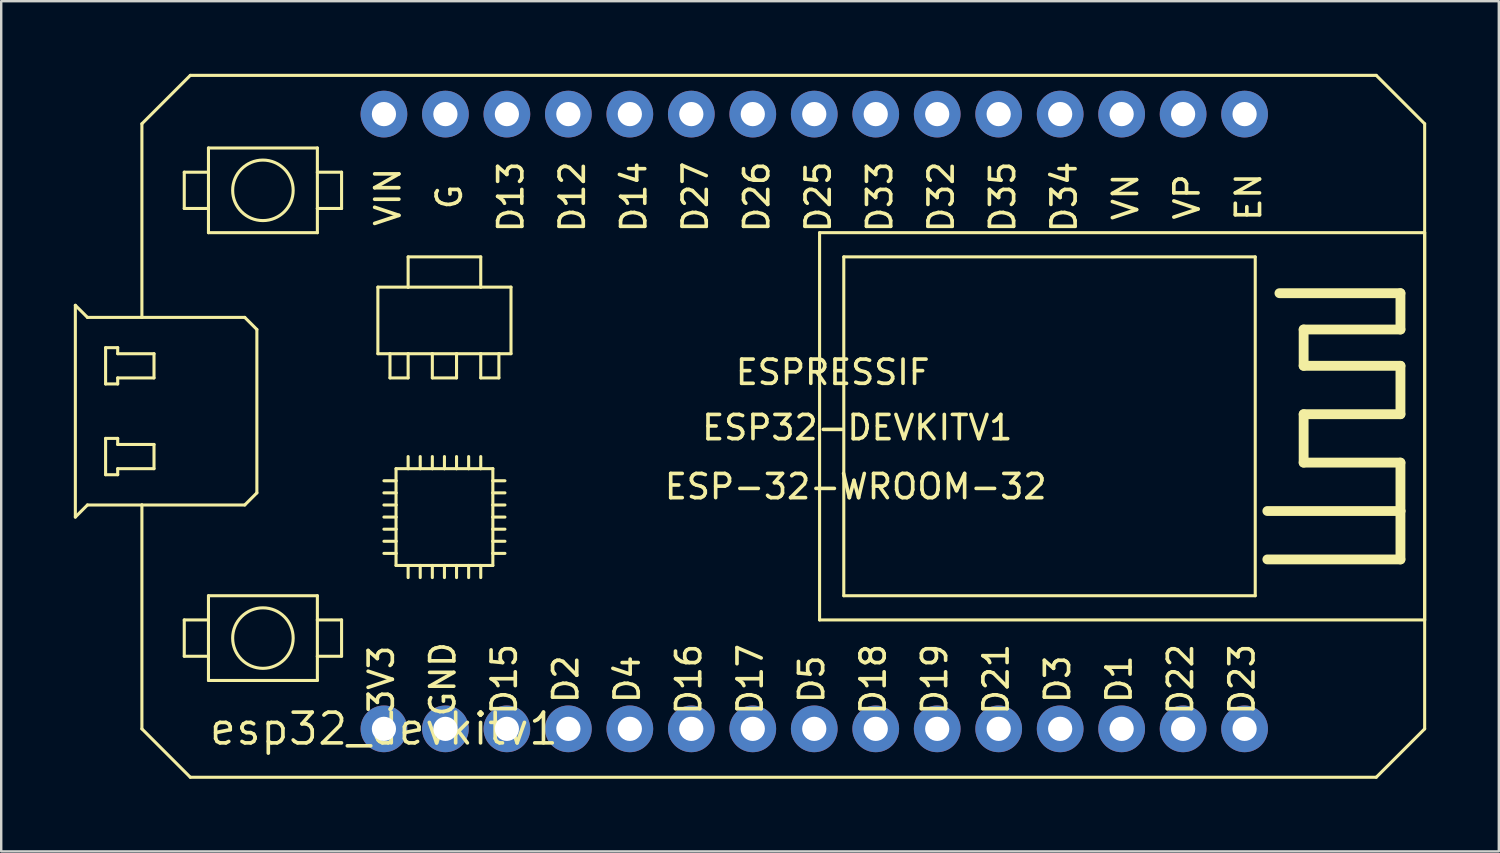
<source format=kicad_pcb>
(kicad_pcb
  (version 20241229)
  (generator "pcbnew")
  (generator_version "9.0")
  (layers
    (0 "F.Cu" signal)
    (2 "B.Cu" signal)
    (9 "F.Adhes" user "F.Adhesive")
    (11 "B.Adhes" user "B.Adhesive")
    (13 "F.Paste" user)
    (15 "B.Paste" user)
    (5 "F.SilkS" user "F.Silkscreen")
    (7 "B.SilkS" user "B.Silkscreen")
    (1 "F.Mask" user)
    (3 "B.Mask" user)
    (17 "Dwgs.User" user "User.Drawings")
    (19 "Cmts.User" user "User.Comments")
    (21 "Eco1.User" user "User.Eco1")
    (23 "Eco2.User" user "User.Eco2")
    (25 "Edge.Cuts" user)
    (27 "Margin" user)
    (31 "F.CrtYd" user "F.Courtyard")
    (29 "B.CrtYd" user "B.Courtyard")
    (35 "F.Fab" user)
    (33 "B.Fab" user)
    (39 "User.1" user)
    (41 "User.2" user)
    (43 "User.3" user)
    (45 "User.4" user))
  (footprint "esp32_devkitv1"
    (layer "F.Cu")
    (at 12.813 27.064)
    (property "Reference" "esp32_devkitv1" (at 0 0 0) (layer "F.SilkS") (effects (font (size 1.27 1.27) (thickness 0.15))))
    (attr through_hole)
    (fp_line (start -12.75 -17.5) (end -12.75 -8.75) (stroke (width 0.127) (type solid)) (layer "F.SilkS"))
    (fp_line (start -12.75 -17.5) (end -12.25 -17) (stroke (width 0.127) (type solid)) (layer "F.SilkS"))
    (fp_line (start -12.75 -8.75) (end -12.25 -9.25) (stroke (width 0.127) (type solid)) (layer "F.SilkS"))
    (fp_line (start -12.25 -17) (end -10 -17) (stroke (width 0.127) (type solid)) (layer "F.SilkS"))
    (fp_line (start -12.25 -9.25) (end -10 -9.25) (stroke (width 0.127) (type solid)) (layer "F.SilkS"))
    (fp_line (start -11.5 -15.75) (end -11 -15.75) (stroke (width 0.127) (type solid)) (layer "F.SilkS"))
    (fp_line (start -11.5 -14.25) (end -11.5 -15.75) (stroke (width 0.127) (type solid)) (layer "F.SilkS"))
    (fp_line (start -11.5 -12) (end -11 -12) (stroke (width 0.127) (type solid)) (layer "F.SilkS"))
    (fp_line (start -11.5 -10.5) (end -11.5 -12) (stroke (width 0.127) (type solid)) (layer "F.SilkS"))
    (fp_line (start -11.5 -10.5) (end -11 -10.5) (stroke (width 0.127) (type solid)) (layer "F.SilkS"))
    (fp_line (start -11 -15.75) (end -11 -15.5) (stroke (width 0.127) (type solid)) (layer "F.SilkS"))
    (fp_line (start -11 -15.5) (end -9.5 -15.5) (stroke (width 0.127) (type solid)) (layer "F.SilkS"))
    (fp_line (start -11 -14.5) (end -9.5 -14.5) (stroke (width 0.127) (type solid)) (layer "F.SilkS"))
    (fp_line (start -11 -14.25) (end -11.5 -14.25) (stroke (width 0.127) (type solid)) (layer "F.SilkS"))
    (fp_line (start -11 -14.25) (end -11 -14.5) (stroke (width 0.127) (type solid)) (layer "F.SilkS"))
    (fp_line (start -11 -12) (end -11 -11.75) (stroke (width 0.127) (type solid)) (layer "F.SilkS"))
    (fp_line (start -11 -11.75) (end -9.5 -11.75) (stroke (width 0.127) (type solid)) (layer "F.SilkS"))
    (fp_line (start -11 -10.75) (end -9.5 -10.75) (stroke (width 0.127) (type solid)) (layer "F.SilkS"))
    (fp_line (start -11 -10.5) (end -11 -10.75) (stroke (width 0.127) (type solid)) (layer "F.SilkS"))
    (fp_line (start -10 -25) (end -8 -27) (stroke (width 0.127) (type solid)) (layer "F.SilkS"))
    (fp_line (start -10 -17) (end -10 -25) (stroke (width 0.127) (type solid)) (layer "F.SilkS"))
    (fp_line (start -10 -9.25) (end -5.75 -9.25) (stroke (width 0.127) (type solid)) (layer "F.SilkS"))
    (fp_line (start -10 0) (end -10 -9.25) (stroke (width 0.127) (type solid)) (layer "F.SilkS"))
    (fp_line (start -9.5 -15.5) (end -9.5 -14.5) (stroke (width 0.127) (type solid)) (layer "F.SilkS"))
    (fp_line (start -9.5 -11.75) (end -9.5 -10.75) (stroke (width 0.127) (type solid)) (layer "F.SilkS"))
    (fp_line (start -8.25 -23) (end -8.25 -21.5) (stroke (width 0.127) (type solid)) (layer "F.SilkS"))
    (fp_line (start -8.25 -21.5) (end -7.25 -21.5) (stroke (width 0.127) (type solid)) (layer "F.SilkS"))
    (fp_line (start -8.25 -4.5) (end -8.25 -3) (stroke (width 0.127) (type solid)) (layer "F.SilkS"))
    (fp_line (start -8.25 -3) (end -7.25 -3) (stroke (width 0.127) (type solid)) (layer "F.SilkS"))
    (fp_line (start -8 2) (end -10 0) (stroke (width 0.127) (type solid)) (layer "F.SilkS"))
    (fp_line (start -8 2) (end 41 2) (stroke (width 0.127) (type solid)) (layer "F.SilkS"))
    (fp_line (start -7.25 -24) (end -7.25 -23) (stroke (width 0.127) (type solid)) (layer "F.SilkS"))
    (fp_line (start -7.25 -23) (end -8.25 -23) (stroke (width 0.127) (type solid)) (layer "F.SilkS"))
    (fp_line (start -7.25 -23) (end -7.25 -21.5) (stroke (width 0.127) (type solid)) (layer "F.SilkS"))
    (fp_line (start -7.25 -21.5) (end -7.25 -20.5) (stroke (width 0.127) (type solid)) (layer "F.SilkS"))
    (fp_line (start -7.25 -20.5) (end -2.75 -20.5) (stroke (width 0.127) (type solid)) (layer "F.SilkS"))
    (fp_line (start -7.25 -5.5) (end -7.25 -4.5) (stroke (width 0.127) (type solid)) (layer "F.SilkS"))
    (fp_line (start -7.25 -4.5) (end -8.25 -4.5) (stroke (width 0.127) (type solid)) (layer "F.SilkS"))
    (fp_line (start -7.25 -4.5) (end -7.25 -3) (stroke (width 0.127) (type solid)) (layer "F.SilkS"))
    (fp_line (start -7.25 -3) (end -7.25 -2) (stroke (width 0.127) (type solid)) (layer "F.SilkS"))
    (fp_line (start -7.25 -2) (end -2.75 -2) (stroke (width 0.127) (type solid)) (layer "F.SilkS"))
    (fp_line (start -5.75 -17) (end -10 -17) (stroke (width 0.127) (type solid)) (layer "F.SilkS"))
    (fp_line (start -5.75 -17) (end -5.25 -16.5) (stroke (width 0.127) (type solid)) (layer "F.SilkS"))
    (fp_line (start -5.25 -16.5) (end -5.25 -9.75) (stroke (width 0.127) (type solid)) (layer "F.SilkS"))
    (fp_line (start -5.25 -9.75) (end -5.75 -9.25) (stroke (width 0.127) (type solid)) (layer "F.SilkS"))
    (fp_line (start -2.75 -24) (end -7.25 -24) (stroke (width 0.127) (type solid)) (layer "F.SilkS"))
    (fp_line (start -2.75 -23) (end -2.75 -24) (stroke (width 0.127) (type solid)) (layer "F.SilkS"))
    (fp_line (start -2.75 -23) (end -1.75 -23) (stroke (width 0.127) (type solid)) (layer "F.SilkS"))
    (fp_line (start -2.75 -21.5) (end -2.75 -23) (stroke (width 0.127) (type solid)) (layer "F.SilkS"))
    (fp_line (start -2.75 -20.5) (end -2.75 -21.5) (stroke (width 0.127) (type solid)) (layer "F.SilkS"))
    (fp_line (start -2.75 -5.5) (end -7.25 -5.5) (stroke (width 0.127) (type solid)) (layer "F.SilkS"))
    (fp_line (start -2.75 -4.5) (end -2.75 -5.5) (stroke (width 0.127) (type solid)) (layer "F.SilkS"))
    (fp_line (start -2.75 -4.5) (end -1.75 -4.5) (stroke (width 0.127) (type solid)) (layer "F.SilkS"))
    (fp_line (start -2.75 -3) (end -2.75 -4.5) (stroke (width 0.127) (type solid)) (layer "F.SilkS"))
    (fp_line (start -2.75 -2) (end -2.75 -3) (stroke (width 0.127) (type solid)) (layer "F.SilkS"))
    (fp_line (start -1.75 -23) (end -1.75 -21.5) (stroke (width 0.127) (type solid)) (layer "F.SilkS"))
    (fp_line (start -1.75 -21.5) (end -2.75 -21.5) (stroke (width 0.127) (type solid)) (layer "F.SilkS"))
    (fp_line (start -1.75 -4.5) (end -1.75 -3) (stroke (width 0.127) (type solid)) (layer "F.SilkS"))
    (fp_line (start -1.75 -3) (end -2.75 -3) (stroke (width 0.127) (type solid)) (layer "F.SilkS"))
    (fp_line (start -0.25 -18.25) (end -0.25 -15.5) (stroke (width 0.127) (type solid)) (layer "F.SilkS"))
    (fp_line (start -0.25 -15.5) (end 0.25 -15.5) (stroke (width 0.127) (type solid)) (layer "F.SilkS"))
    (fp_line (start 0 -10.25) (end 0.5 -10.25) (stroke (width 0.127) (type solid)) (layer "F.SilkS"))
    (fp_line (start 0 -9.75) (end 0.5 -9.75) (stroke (width 0.127) (type solid)) (layer "F.SilkS"))
    (fp_line (start 0 -9.25) (end 0.5 -9.25) (stroke (width 0.127) (type solid)) (layer "F.SilkS"))
    (fp_line (start 0 -8.75) (end 0.5 -8.75) (stroke (width 0.127) (type solid)) (layer "F.SilkS"))
    (fp_line (start 0 -8.25) (end 0.5 -8.25) (stroke (width 0.127) (type solid)) (layer "F.SilkS"))
    (fp_line (start 0 -7.75) (end 0.5 -7.75) (stroke (width 0.127) (type solid)) (layer "F.SilkS"))
    (fp_line (start 0.25 -15.5) (end 0.25 -14.5) (stroke (width 0.127) (type solid)) (layer "F.SilkS"))
    (fp_line (start 0.25 -15.5) (end 1 -15.5) (stroke (width 0.127) (type solid)) (layer "F.SilkS"))
    (fp_line (start 0.25 -14.5) (end 1 -14.5) (stroke (width 0.127) (type solid)) (layer "F.SilkS"))
    (fp_line (start 0.5 -10.75) (end 1 -10.75) (stroke (width 0.127) (type solid)) (layer "F.SilkS"))
    (fp_line (start 0.5 -10.25) (end 0.5 -10.75) (stroke (width 0.127) (type solid)) (layer "F.SilkS"))
    (fp_line (start 0.5 -9.75) (end 0.5 -10.25) (stroke (width 0.127) (type solid)) (layer "F.SilkS"))
    (fp_line (start 0.5 -9.25) (end 0.5 -9.75) (stroke (width 0.127) (type solid)) (layer "F.SilkS"))
    (fp_line (start 0.5 -8.75) (end 0.5 -9.25) (stroke (width 0.127) (type solid)) (layer "F.SilkS"))
    (fp_line (start 0.5 -8.25) (end 0.5 -8.75) (stroke (width 0.127) (type solid)) (layer "F.SilkS"))
    (fp_line (start 0.5 -7.75) (end 0.5 -8.25) (stroke (width 0.127) (type solid)) (layer "F.SilkS"))
    (fp_line (start 0.5 -7.25) (end 0 -7.25) (stroke (width 0.127) (type solid)) (layer "F.SilkS"))
    (fp_line (start 0.5 -7.25) (end 0.5 -7.75) (stroke (width 0.127) (type solid)) (layer "F.SilkS"))
    (fp_line (start 0.5 -6.75) (end 0.5 -7.25) (stroke (width 0.127) (type solid)) (layer "F.SilkS"))
    (fp_line (start 1 -19.5) (end 1 -18.25) (stroke (width 0.127) (type solid)) (layer "F.SilkS"))
    (fp_line (start 1 -19.5) (end 4 -19.5) (stroke (width 0.127) (type solid)) (layer "F.SilkS"))
    (fp_line (start 1 -18.25) (end -0.25 -18.25) (stroke (width 0.127) (type solid)) (layer "F.SilkS"))
    (fp_line (start 1 -15.5) (end 2 -15.5) (stroke (width 0.127) (type solid)) (layer "F.SilkS"))
    (fp_line (start 1 -14.5) (end 1 -15.5) (stroke (width 0.127) (type solid)) (layer "F.SilkS"))
    (fp_line (start 1 -10.75) (end 1 -11.25) (stroke (width 0.127) (type solid)) (layer "F.SilkS"))
    (fp_line (start 1 -10.75) (end 1.5 -10.75) (stroke (width 0.127) (type solid)) (layer "F.SilkS"))
    (fp_line (start 1 -6.75) (end 0.5 -6.75) (stroke (width 0.127) (type solid)) (layer "F.SilkS"))
    (fp_line (start 1 -6.25) (end 1 -6.75) (stroke (width 0.127) (type solid)) (layer "F.SilkS"))
    (fp_line (start 1.5 -11.25) (end 1.5 -10.75) (stroke (width 0.127) (type solid)) (layer "F.SilkS"))
    (fp_line (start 1.5 -10.75) (end 2 -10.75) (stroke (width 0.127) (type solid)) (layer "F.SilkS"))
    (fp_line (start 1.5 -6.75) (end 1 -6.75) (stroke (width 0.127) (type solid)) (layer "F.SilkS"))
    (fp_line (start 1.5 -6.25) (end 1.5 -6.75) (stroke (width 0.127) (type solid)) (layer "F.SilkS"))
    (fp_line (start 2 -15.5) (end 2 -14.5) (stroke (width 0.127) (type solid)) (layer "F.SilkS"))
    (fp_line (start 2 -14.5) (end 3 -14.5) (stroke (width 0.127) (type solid)) (layer "F.SilkS"))
    (fp_line (start 2 -11.25) (end 2 -10.75) (stroke (width 0.127) (type solid)) (layer "F.SilkS"))
    (fp_line (start 2 -10.75) (end 2.5 -10.75) (stroke (width 0.127) (type solid)) (layer "F.SilkS"))
    (fp_line (start 2 -6.75) (end 1.5 -6.75) (stroke (width 0.127) (type solid)) (layer "F.SilkS"))
    (fp_line (start 2 -6.25) (end 2 -6.75) (stroke (width 0.127) (type solid)) (layer "F.SilkS"))
    (fp_line (start 2.5 -11.25) (end 2.5 -10.75) (stroke (width 0.127) (type solid)) (layer "F.SilkS"))
    (fp_line (start 2.5 -10.75) (end 3 -10.75) (stroke (width 0.127) (type solid)) (layer "F.SilkS"))
    (fp_line (start 2.5 -6.75) (end 2 -6.75) (stroke (width 0.127) (type solid)) (layer "F.SilkS"))
    (fp_line (start 2.5 -6.25) (end 2.5 -6.75) (stroke (width 0.127) (type solid)) (layer "F.SilkS"))
    (fp_line (start 3 -15.5) (end 2 -15.5) (stroke (width 0.127) (type solid)) (layer "F.SilkS"))
    (fp_line (start 3 -14.5) (end 3 -15.5) (stroke (width 0.127) (type solid)) (layer "F.SilkS"))
    (fp_line (start 3 -11.25) (end 3 -10.75) (stroke (width 0.127) (type solid)) (layer "F.SilkS"))
    (fp_line (start 3 -10.75) (end 3.5 -10.75) (stroke (width 0.127) (type solid)) (layer "F.SilkS"))
    (fp_line (start 3 -6.75) (end 2.5 -6.75) (stroke (width 0.127) (type solid)) (layer "F.SilkS"))
    (fp_line (start 3 -6.25) (end 3 -6.75) (stroke (width 0.127) (type solid)) (layer "F.SilkS"))
    (fp_line (start 3.5 -11.25) (end 3.5 -10.75) (stroke (width 0.127) (type solid)) (layer "F.SilkS"))
    (fp_line (start 3.5 -10.75) (end 4 -10.75) (stroke (width 0.127) (type solid)) (layer "F.SilkS"))
    (fp_line (start 3.5 -6.75) (end 3 -6.75) (stroke (width 0.127) (type solid)) (layer "F.SilkS"))
    (fp_line (start 3.5 -6.25) (end 3.5 -6.75) (stroke (width 0.127) (type solid)) (layer "F.SilkS"))
    (fp_line (start 4 -19.5) (end 4 -18.25) (stroke (width 0.127) (type solid)) (layer "F.SilkS"))
    (fp_line (start 4 -18.25) (end 1 -18.25) (stroke (width 0.127) (type solid)) (layer "F.SilkS"))
    (fp_line (start 4 -15.5) (end 3 -15.5) (stroke (width 0.127) (type solid)) (layer "F.SilkS"))
    (fp_line (start 4 -15.5) (end 4.75 -15.5) (stroke (width 0.127) (type solid)) (layer "F.SilkS"))
    (fp_line (start 4 -14.5) (end 4 -15.5) (stroke (width 0.127) (type solid)) (layer "F.SilkS"))
    (fp_line (start 4 -11.25) (end 4 -10.75) (stroke (width 0.127) (type solid)) (layer "F.SilkS"))
    (fp_line (start 4 -10.75) (end 4.5 -10.75) (stroke (width 0.127) (type solid)) (layer "F.SilkS"))
    (fp_line (start 4 -6.75) (end 3.5 -6.75) (stroke (width 0.127) (type solid)) (layer "F.SilkS"))
    (fp_line (start 4 -6.75) (end 4 -6.25) (stroke (width 0.127) (type solid)) (layer "F.SilkS"))
    (fp_line (start 4.5 -10.75) (end 4.5 -10.25) (stroke (width 0.127) (type solid)) (layer "F.SilkS"))
    (fp_line (start 4.5 -10.25) (end 4.5 -9.75) (stroke (width 0.127) (type solid)) (layer "F.SilkS"))
    (fp_line (start 4.5 -10.25) (end 5 -10.25) (stroke (width 0.127) (type solid)) (layer "F.SilkS"))
    (fp_line (start 4.5 -9.75) (end 4.5 -9.25) (stroke (width 0.127) (type solid)) (layer "F.SilkS"))
    (fp_line (start 4.5 -9.25) (end 4.5 -8.75) (stroke (width 0.127) (type solid)) (layer "F.SilkS"))
    (fp_line (start 4.5 -8.75) (end 4.5 -8.25) (stroke (width 0.127) (type solid)) (layer "F.SilkS"))
    (fp_line (start 4.5 -8.25) (end 4.5 -7.75) (stroke (width 0.127) (type solid)) (layer "F.SilkS"))
    (fp_line (start 4.5 -7.75) (end 4.5 -7.25) (stroke (width 0.127) (type solid)) (layer "F.SilkS"))
    (fp_line (start 4.5 -7.25) (end 4.5 -6.75) (stroke (width 0.127) (type solid)) (layer "F.SilkS"))
    (fp_line (start 4.5 -6.75) (end 4 -6.75) (stroke (width 0.127) (type solid)) (layer "F.SilkS"))
    (fp_line (start 4.75 -15.5) (end 4.75 -14.5) (stroke (width 0.127) (type solid)) (layer "F.SilkS"))
    (fp_line (start 4.75 -15.5) (end 5.25 -15.5) (stroke (width 0.127) (type solid)) (layer "F.SilkS"))
    (fp_line (start 4.75 -14.5) (end 4 -14.5) (stroke (width 0.127) (type solid)) (layer "F.SilkS"))
    (fp_line (start 5 -9.75) (end 4.5 -9.75) (stroke (width 0.127) (type solid)) (layer "F.SilkS"))
    (fp_line (start 5 -9.25) (end 4.5 -9.25) (stroke (width 0.127) (type solid)) (layer "F.SilkS"))
    (fp_line (start 5 -8.75) (end 4.5 -8.75) (stroke (width 0.127) (type solid)) (layer "F.SilkS"))
    (fp_line (start 5 -8.25) (end 4.5 -8.25) (stroke (width 0.127) (type solid)) (layer "F.SilkS"))
    (fp_line (start 5 -7.75) (end 4.5 -7.75) (stroke (width 0.127) (type solid)) (layer "F.SilkS"))
    (fp_line (start 5 -7.25) (end 4.5 -7.25) (stroke (width 0.127) (type solid)) (layer "F.SilkS"))
    (fp_line (start 5.25 -18.25) (end 4 -18.25) (stroke (width 0.127) (type solid)) (layer "F.SilkS"))
    (fp_line (start 5.25 -15.5) (end 5.25 -18.25) (stroke (width 0.127) (type solid)) (layer "F.SilkS"))
    (fp_line (start 18 -20.5) (end 18 -4.5) (stroke (width 0.127) (type solid)) (layer "F.SilkS"))
    (fp_line (start 18 -4.5) (end 43 -4.5) (stroke (width 0.127) (type solid)) (layer "F.SilkS"))
    (fp_line (start 19 -19.5) (end 19 -5.5) (stroke (width 0.127) (type solid)) (layer "F.SilkS"))
    (fp_line (start 19 -5.5) (end 36 -5.5) (stroke (width 0.127) (type solid)) (layer "F.SilkS"))
    (fp_line (start 36 -19.5) (end 19 -19.5) (stroke (width 0.127) (type solid)) (layer "F.SilkS"))
    (fp_line (start 36 -5.5) (end 36 -19.5) (stroke (width 0.127) (type solid)) (layer "F.SilkS"))
    (fp_line (start 37 -18) (end 42 -18) (stroke (width 0.406) (type solid)) (layer "F.SilkS"))
    (fp_line (start 38 -16.5) (end 38 -15) (stroke (width 0.406) (type solid)) (layer "F.SilkS"))
    (fp_line (start 38 -15) (end 42 -15) (stroke (width 0.406) (type solid)) (layer "F.SilkS"))
    (fp_line (start 38 -13) (end 38 -11) (stroke (width 0.406) (type solid)) (layer "F.SilkS"))
    (fp_line (start 38 -11) (end 42 -11) (stroke (width 0.406) (type solid)) (layer "F.SilkS"))
    (fp_line (start 41 -27) (end -8 -27) (stroke (width 0.127) (type solid)) (layer "F.SilkS"))
    (fp_line (start 41 -27) (end 43 -25) (stroke (width 0.127) (type solid)) (layer "F.SilkS"))
    (fp_line (start 42 -18) (end 42 -16.5) (stroke (width 0.406) (type solid)) (layer "F.SilkS"))
    (fp_line (start 42 -16.5) (end 38 -16.5) (stroke (width 0.406) (type solid)) (layer "F.SilkS"))
    (fp_line (start 42 -15) (end 42 -13) (stroke (width 0.406) (type solid)) (layer "F.SilkS"))
    (fp_line (start 42 -13) (end 38 -13) (stroke (width 0.406) (type solid)) (layer "F.SilkS"))
    (fp_line (start 42 -11) (end 42 -9) (stroke (width 0.406) (type solid)) (layer "F.SilkS"))
    (fp_line (start 42 -9) (end 36.5 -9) (stroke (width 0.406) (type solid)) (layer "F.SilkS"))
    (fp_line (start 42 -9) (end 42 -7) (stroke (width 0.406) (type solid)) (layer "F.SilkS"))
    (fp_line (start 42 -7) (end 36.5 -7) (stroke (width 0.406) (type solid)) (layer "F.SilkS"))
    (fp_line (start 43 -25) (end 43 0) (stroke (width 0.127) (type solid)) (layer "F.SilkS"))
    (fp_line (start 43 -20.5) (end 18 -20.5) (stroke (width 0.127) (type solid)) (layer "F.SilkS"))
    (fp_line (start 43 -4.5) (end 43 -20.5) (stroke (width 0.127) (type solid)) (layer "F.SilkS"))
    (fp_line (start 43 0) (end 41 2) (stroke (width 0.127) (type solid)) (layer "F.SilkS"))
    (fp_circle (center -5 -22.25) (end -3.75 -22.25) (stroke (width 0.127) (type solid)) (fill no) (layer "F.SilkS"))
    (fp_circle (center -5 -3.75) (end -3.75 -3.75) (stroke (width 0.127) (type solid)) (fill no) (layer "F.SilkS"))
    (fp_text user "VN" (at 30.642 -21.978 90) (layer "F.SilkS") (effects (font (size 1 1) (thickness 0.15))))
    (fp_text user "D3" (at 27.832 -2.048 90) (layer "F.SilkS") (effects (font (size 1 1) (thickness 0.15))))
    (fp_text user "D21" (at 25.292 -2.048 90) (layer "F.SilkS") (effects (font (size 1 1) (thickness 0.15))))
    (fp_text user "EN" (at 35.722 -21.978 90) (layer "F.SilkS") (effects (font (size 1 1) (thickness 0.15))))
    (fp_text user "D32" (at 23.022 -21.978 90) (layer "F.SilkS") (effects (font (size 1 1) (thickness 0.15))))
    (fp_text user "D17" (at 15.132 -2.048 90) (layer "F.SilkS") (effects (font (size 1 1) (thickness 0.15))))
    (fp_text user "D4" (at 10.052 -2.048 90) (layer "F.SilkS") (effects (font (size 1 1) (thickness 0.15))))
    (fp_text user "G" (at 2.702 -21.978 90) (layer "F.SilkS") (effects (font (size 1 1) (thickness 0.15))))
    (fp_text user "D13" (at 5.242 -21.978 90) (layer "F.SilkS") (effects (font (size 1 1) (thickness 0.15))))
    (fp_text user "ESP-32-WROOM-32" (at 19.492 -10.008 180) (layer "F.SilkS") (effects (font (size 1 1) (thickness 0.15))))
    (fp_text user "D33" (at 20.482 -21.978 90) (layer "F.SilkS") (effects (font (size 1 1) (thickness 0.15))))
    (fp_text user "D12" (at 7.782 -21.978 90) (layer "F.SilkS") (effects (font (size 1 1) (thickness 0.15))))
    (fp_text user "D18" (at 20.212 -2.048 90) (layer "F.SilkS") (effects (font (size 1 1) (thickness 0.15))))
    (fp_text user "D23" (at 35.452 -2.048 90) (layer "F.SilkS") (effects (font (size 1 1) (thickness 0.15))))
    (fp_text user "D34" (at 28.102 -21.978 90) (layer "F.SilkS") (effects (font (size 1 1) (thickness 0.15))))
    (fp_text user "D26" (at 15.402 -21.978 90) (layer "F.SilkS") (effects (font (size 1 1) (thickness 0.15))))
    (fp_text user "3V3" (at -0.108 -2.048 90) (layer "F.SilkS") (effects (font (size 1 1) (thickness 0.15))))
    (fp_text user "D25" (at 17.942 -21.978 90) (layer "F.SilkS") (effects (font (size 1 1) (thickness 0.15))))
    (fp_text user "D19" (at 22.752 -2.048 90) (layer "F.SilkS") (effects (font (size 1 1) (thickness 0.15))))
    (fp_text user "GND" (at 2.432 -2.048 90) (layer "F.SilkS") (effects (font (size 1 1) (thickness 0.15))))
    (fp_text user "D1" (at 30.372 -2.048 90) (layer "F.SilkS") (effects (font (size 1 1) (thickness 0.15))))
    (fp_text user "D2" (at 7.512 -2.048 90) (layer "F.SilkS") (effects (font (size 1 1) (thickness 0.15))))
    (fp_text user "D16" (at 12.592 -2.048 90) (layer "F.SilkS") (effects (font (size 1 1) (thickness 0.15))))
    (fp_text user "D15" (at 4.972 -2.048 90) (layer "F.SilkS") (effects (font (size 1 1) (thickness 0.15))))
    (fp_text user "D35" (at 25.562 -21.978 90) (layer "F.SilkS") (effects (font (size 1 1) (thickness 0.15))))
    (fp_text user "ESPRESSIF " (at 18.923 -14.732 180) (layer "F.SilkS") (effects (font (size 1 1) (thickness 0.15))))
    (fp_text user "VIN" (at 0.162 -21.978 90) (layer "F.SilkS") (effects (font (size 1 1) (thickness 0.15))))
    (fp_text user "VP" (at 33.182 -21.978 90) (layer "F.SilkS") (effects (font (size 1 1) (thickness 0.15))))
    (fp_text user "D27" (at 12.862 -21.978 90) (layer "F.SilkS") (effects (font (size 1 1) (thickness 0.15))))
    (fp_text user "D5" (at 17.672 -2.048 90) (layer "F.SilkS") (effects (font (size 1 1) (thickness 0.15))))
    (fp_text user "D14" (at 10.322 -21.978 90) (layer "F.SilkS") (effects (font (size 1 1) (thickness 0.15))))
    (fp_text user "D22" (at 32.912 -2.048 90) (layer "F.SilkS") (effects (font (size 1 1) (thickness 0.15))))
    (fp_text user "ESP32-DEVKITV1" (at 19.558 -12.446 180) (layer "F.SilkS") (effects (font (size 1 1) (thickness 0.15))))
    (pad "1" thru_hole circle (at 0 0) (size 1.93 1.93) (drill 1) (layers "*.Cu" "*.Mask"))
    (pad "2" thru_hole circle (at 2.54 0) (size 1.93 1.93) (drill 1) (layers "*.Cu" "*.Mask"))
    (pad "3" thru_hole circle (at 5.08 0) (size 1.93 1.93) (drill 1) (layers "*.Cu" "*.Mask"))
    (pad "4" thru_hole circle (at 7.62 0) (size 1.93 1.93) (drill 1) (layers "*.Cu" "*.Mask"))
    (pad "5" thru_hole circle (at 10.16 0) (size 1.93 1.93) (drill 1) (layers "*.Cu" "*.Mask"))
    (pad "6" thru_hole circle (at 12.7 0) (size 1.93 1.93) (drill 1) (layers "*.Cu" "*.Mask"))
    (pad "7" thru_hole circle (at 15.24 0) (size 1.93 1.93) (drill 1) (layers "*.Cu" "*.Mask"))
    (pad "8" thru_hole circle (at 17.78 0) (size 1.93 1.93) (drill 1) (layers "*.Cu" "*.Mask"))
    (pad "9" thru_hole circle (at 20.32 0) (size 1.93 1.93) (drill 1) (layers "*.Cu" "*.Mask"))
    (pad "10" thru_hole circle (at 22.86 0) (size 1.93 1.93) (drill 1) (layers "*.Cu" "*.Mask"))
    (pad "11" thru_hole circle (at 25.4 0) (size 1.93 1.93) (drill 1) (layers "*.Cu" "*.Mask"))
    (pad "12" thru_hole circle (at 27.94 0) (size 1.93 1.93) (drill 1) (layers "*.Cu" "*.Mask"))
    (pad "13" thru_hole circle (at 30.48 0) (size 1.93 1.93) (drill 1) (layers "*.Cu" "*.Mask"))
    (pad "14" thru_hole circle (at 33.02 0) (size 1.93 1.93) (drill 1) (layers "*.Cu" "*.Mask"))
    (pad "15" thru_hole circle (at 35.56 0) (size 1.93 1.93) (drill 1) (layers "*.Cu" "*.Mask"))
    (pad "16" thru_hole circle (at 35.56 -25.4) (size 1.93 1.93) (drill 1) (layers "*.Cu" "*.Mask"))
    (pad "17" thru_hole circle (at 33.02 -25.4) (size 1.93 1.93) (drill 1) (layers "*.Cu" "*.Mask"))
    (pad "18" thru_hole circle (at 30.48 -25.4) (size 1.93 1.93) (drill 1) (layers "*.Cu" "*.Mask"))
    (pad "19" thru_hole circle (at 27.94 -25.4) (size 1.93 1.93) (drill 1) (layers "*.Cu" "*.Mask"))
    (pad "20" thru_hole circle (at 25.4 -25.4) (size 1.93 1.93) (drill 1) (layers "*.Cu" "*.Mask"))
    (pad "21" thru_hole circle (at 22.86 -25.4) (size 1.93 1.93) (drill 1) (layers "*.Cu" "*.Mask"))
    (pad "22" thru_hole circle (at 20.32 -25.4) (size 1.93 1.93) (drill 1) (layers "*.Cu" "*.Mask"))
    (pad "23" thru_hole circle (at 17.78 -25.4) (size 1.93 1.93) (drill 1) (layers "*.Cu" "*.Mask"))
    (pad "24" thru_hole circle (at 15.24 -25.4) (size 1.93 1.93) (drill 1) (layers "*.Cu" "*.Mask"))
    (pad "25" thru_hole circle (at 12.7 -25.4) (size 1.93 1.93) (drill 1) (layers "*.Cu" "*.Mask"))
    (pad "26" thru_hole circle (at 10.16 -25.4) (size 1.93 1.93) (drill 1) (layers "*.Cu" "*.Mask"))
    (pad "27" thru_hole circle (at 7.62 -25.4) (size 1.93 1.93) (drill 1) (layers "*.Cu" "*.Mask"))
    (pad "28" thru_hole circle (at 5.08 -25.4) (size 1.93 1.93) (drill 1) (layers "*.Cu" "*.Mask"))
    (pad "29" thru_hole circle (at 2.54 -25.4) (size 1.93 1.93) (drill 1) (layers "*.Cu" "*.Mask"))
    (pad "30" thru_hole circle (at 0 -25.4) (size 1.93 1.93) (drill 1) (layers "*.Cu" "*.Mask")))
  (gr_rect
    (start -3 -3)
    (end 58.877 32.127)
    (stroke (width 0.1) (type default))
    (fill no)
    (layer "Edge.Cuts")))
</source>
